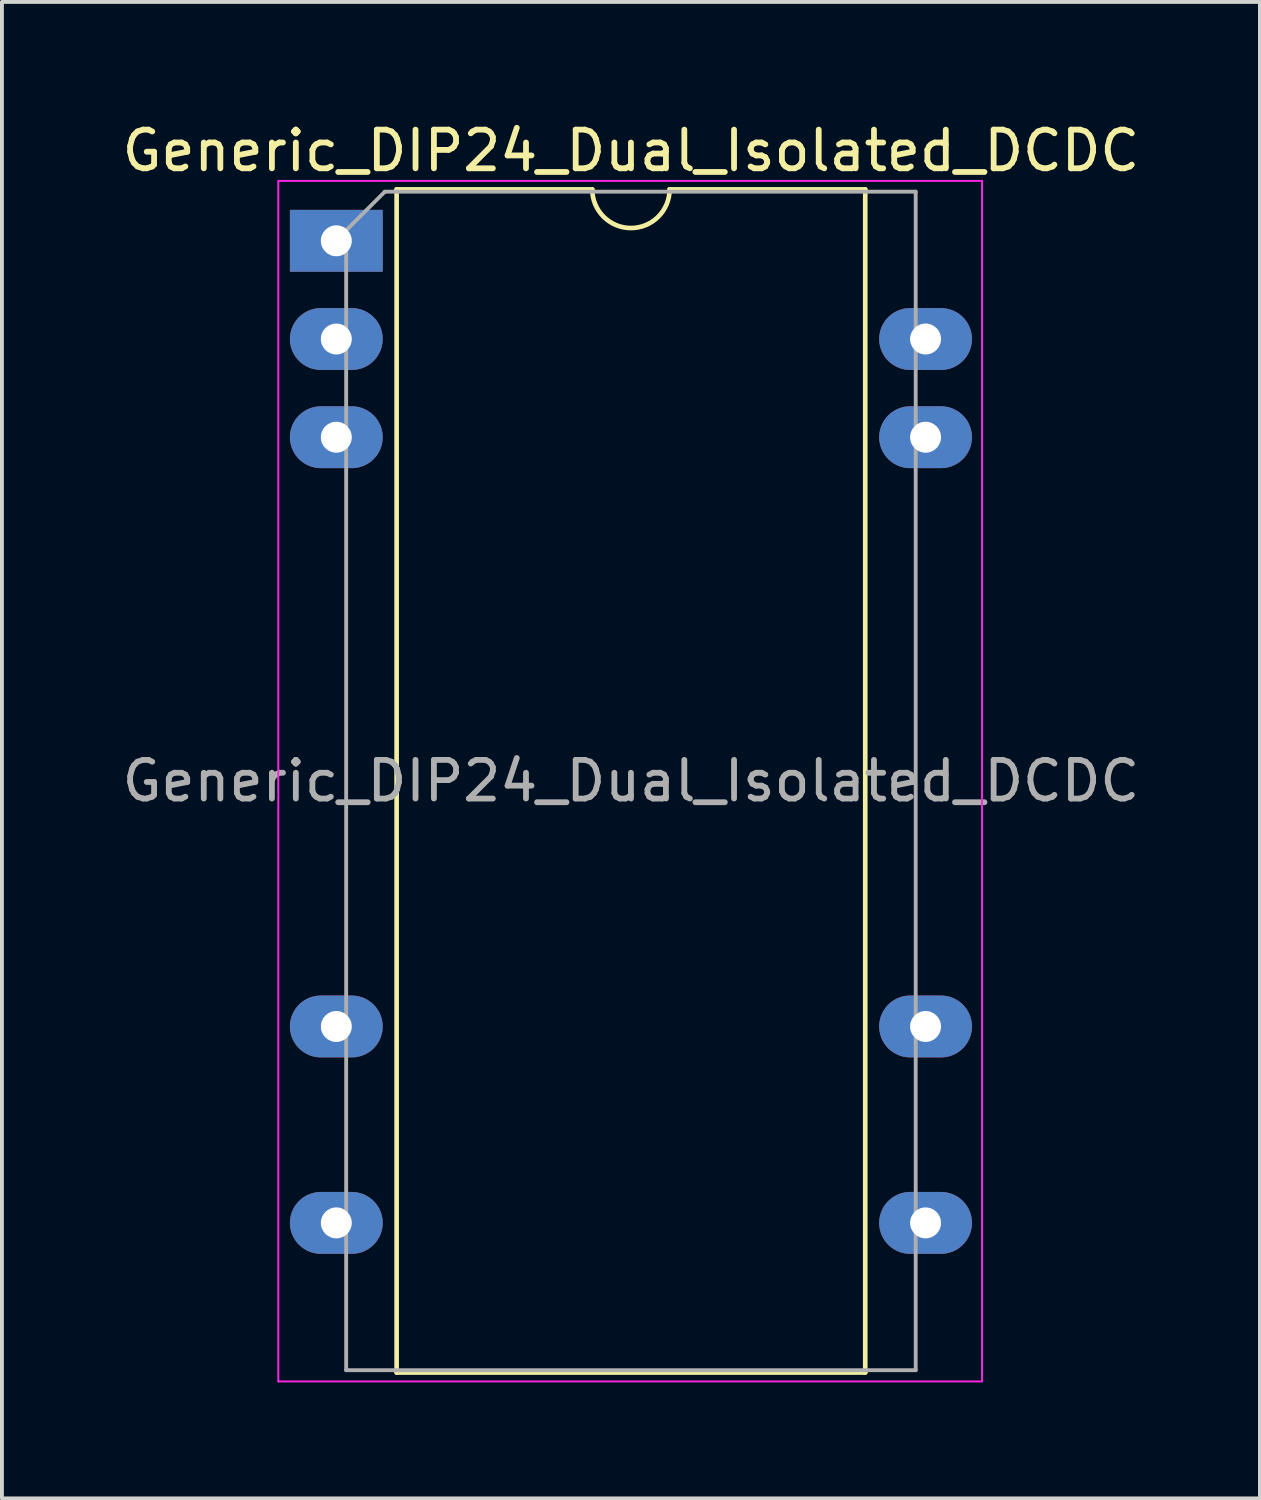
<source format=kicad_pcb>
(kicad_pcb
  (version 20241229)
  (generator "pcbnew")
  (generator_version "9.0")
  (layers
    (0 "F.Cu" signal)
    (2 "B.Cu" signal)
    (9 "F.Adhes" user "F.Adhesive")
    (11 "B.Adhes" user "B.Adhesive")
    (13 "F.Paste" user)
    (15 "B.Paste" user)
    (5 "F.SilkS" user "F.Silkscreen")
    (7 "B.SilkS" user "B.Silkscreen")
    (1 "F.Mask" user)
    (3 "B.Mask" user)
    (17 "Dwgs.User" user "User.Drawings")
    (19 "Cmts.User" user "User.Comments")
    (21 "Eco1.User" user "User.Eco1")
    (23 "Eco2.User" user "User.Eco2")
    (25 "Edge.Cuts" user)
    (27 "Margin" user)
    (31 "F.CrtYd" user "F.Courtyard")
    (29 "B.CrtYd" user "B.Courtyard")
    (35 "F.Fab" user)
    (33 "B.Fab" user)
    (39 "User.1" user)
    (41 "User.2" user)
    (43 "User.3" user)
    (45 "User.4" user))
  (footprint "Generic_DIP24_Dual_Isolated_DCDC"
    (layer "F.Cu")
    (at 5.648 3.178)
    (property "Reference" "Generic_DIP24_Dual_Isolated_DCDC" (at 7.62 -2.33 0) (layer "F.SilkS") (effects (font (size 1 1) (thickness 0.15))))
    (attr through_hole)
    (fp_line (start 1.56 -1.33) (end 1.56 29.27) (stroke (width 0.12) (type solid)) (layer "F.SilkS"))
    (fp_line (start 1.56 29.27) (end 13.68 29.27) (stroke (width 0.12) (type solid)) (layer "F.SilkS"))
    (fp_line (start 6.62 -1.33) (end 1.56 -1.33) (stroke (width 0.12) (type solid)) (layer "F.SilkS"))
    (fp_line (start 13.68 -1.33) (end 8.62 -1.33) (stroke (width 0.12) (type solid)) (layer "F.SilkS"))
    (fp_line (start 13.68 29.27) (end 13.68 -1.33) (stroke (width 0.12) (type solid)) (layer "F.SilkS"))
    (fp_arc (start 8.62 -1.33) (mid 7.62 -0.33) (end 6.62 -1.33) (stroke (width 0.12) (type solid)) (layer "F.SilkS"))
    (fp_line (start -1.5 -1.55) (end -1.5 29.5) (stroke (width 0.05) (type solid)) (layer "F.CrtYd"))
    (fp_line (start -1.5 29.5) (end 16.7 29.5) (stroke (width 0.05) (type solid)) (layer "F.CrtYd"))
    (fp_line (start 16.7 -1.55) (end -1.5 -1.55) (stroke (width 0.05) (type solid)) (layer "F.CrtYd"))
    (fp_line (start 16.7 29.5) (end 16.7 -1.55) (stroke (width 0.05) (type solid)) (layer "F.CrtYd"))
    (fp_line (start 0.255 -0.27) (end 1.255 -1.27) (stroke (width 0.1) (type solid)) (layer "F.Fab"))
    (fp_line (start 0.255 29.21) (end 0.255 -0.27) (stroke (width 0.1) (type solid)) (layer "F.Fab"))
    (fp_line (start 1.255 -1.27) (end 14.985 -1.27) (stroke (width 0.1) (type solid)) (layer "F.Fab"))
    (fp_line (start 14.985 -1.27) (end 14.985 29.21) (stroke (width 0.1) (type solid)) (layer "F.Fab"))
    (fp_line (start 14.985 29.21) (end 0.255 29.21) (stroke (width 0.1) (type solid)) (layer "F.Fab"))
    (fp_text user "${REFERENCE}" (at 7.62 13.97 0) (layer "F.Fab") (effects (font (size 1 1) (thickness 0.15))))
    (pad "1" thru_hole rect (at 0 0) (size 2.4 1.6) (drill 0.8) (layers "*.Cu" "*.Mask"))
    (pad "2" thru_hole oval (at 0 2.54) (size 2.4 1.6) (drill 0.8) (layers "*.Cu" "*.Mask"))
    (pad "3" thru_hole oval (at 0 5.08) (size 2.4 1.6) (drill 0.8) (layers "*.Cu" "*.Mask"))
    (pad "9" thru_hole oval (at 0 20.32) (size 2.4 1.6) (drill 0.8) (layers "*.Cu" "*.Mask"))
    (pad "11" thru_hole oval (at 0 25.4) (size 2.4 1.6) (drill 0.8) (layers "*.Cu" "*.Mask"))
    (pad "14" thru_hole oval (at 15.24 25.4) (size 2.4 1.6) (drill 0.8) (layers "*.Cu" "*.Mask"))
    (pad "16" thru_hole oval (at 15.24 20.32) (size 2.4 1.6) (drill 0.8) (layers "*.Cu" "*.Mask"))
    (pad "22" thru_hole oval (at 15.24 5.08) (size 2.4 1.6) (drill 0.8) (layers "*.Cu" "*.Mask"))
    (pad "23" thru_hole oval (at 15.24 2.54) (size 2.4 1.6) (drill 0.8) (layers "*.Cu" "*.Mask")))
  (gr_rect
    (start -3 -3)
    (end 29.536 35.703)
    (stroke (width 0.1) (type default))
    (fill no)
    (layer "Edge.Cuts")))
</source>
